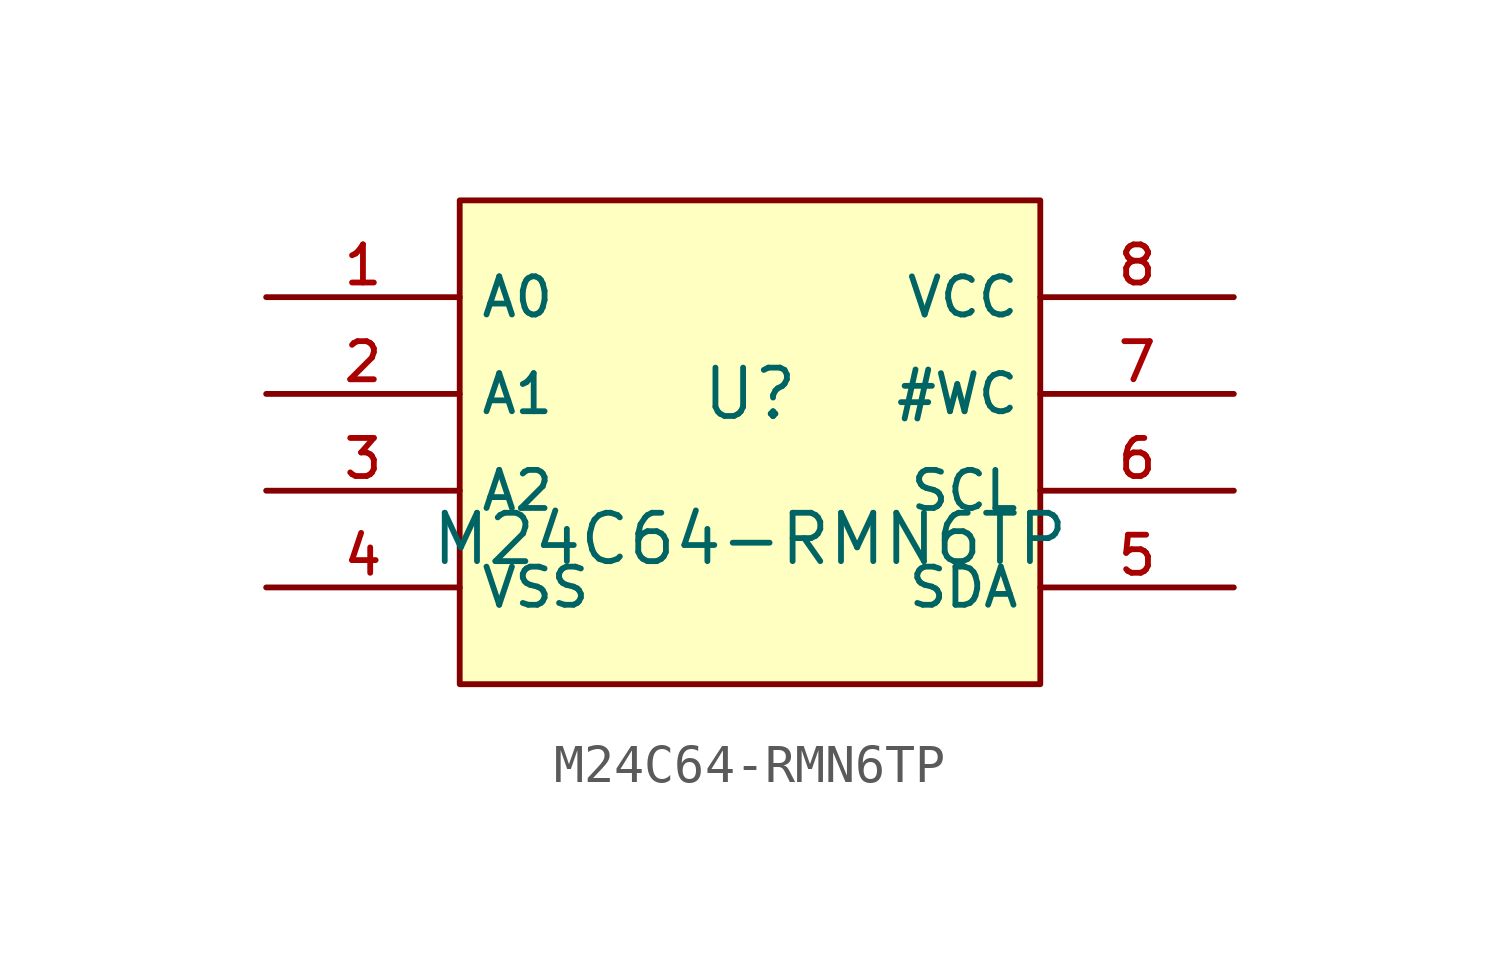
<source format=kicad_sym>
(kicad_symbol_lib
  (version 20210201)
  (generator TousstNicolas/JLC2KiCad_lib)
  (symbol "M24C64-RMN6TP"
    (property "Reference" "U"
      (at 0 1.27 0)
      (effects (font (size 1.27 1.27))))
    (property "Value" "M24C64-RMN6TP"
      (at 0 -2.54 0)
      (effects (font (size 1.27 1.27))))
    (symbol "M24C64-RMN6TP_0_1"
      (rectangle (start -7.62 6.35) (end 7.62 -6.35) (stroke (width 0) (type default) (color 0 0 0 0)) (fill (type background)))
      (pin unspecified line (at -12.7 3.81 0) (length 5.08) (name "A0" (effects (font (size 1 1)))) (number "1" (effects (font (size 1 1)))))
      (pin bidirectional line (at 12.7 -3.81 180) (length 5.08) (name "SDA" (effects (font (size 1 1)))) (number "5" (effects (font (size 1 1)))))
      (pin unspecified line (at -12.7 -1.27 0) (length 5.08) (name "A2" (effects (font (size 1 1)))) (number "3" (effects (font (size 1 1)))))
      (pin unspecified line (at -12.7 1.27 0) (length 5.08) (name "A1" (effects (font (size 1 1)))) (number "2" (effects (font (size 1 1)))))
      (pin unspecified line (at 12.7 1.27 180) (length 5.08) (name "#WC" (effects (font (size 1 1)))) (number "7" (effects (font (size 1 1)))))
      (pin power_in line (at -12.7 -3.81 0) (length 5.08) (name "VSS" (effects (font (size 1 1)))) (number "4" (effects (font (size 1 1)))))
      (pin unspecified line (at 12.7 -1.27 180) (length 5.08) (name "SCL" (effects (font (size 1 1)))) (number "6" (effects (font (size 1 1)))))
      (pin power_in line (at 12.7 3.81 180) (length 5.08) (name "VCC" (effects (font (size 1 1)))) (number "8" (effects (font (size 1 1))))))))
</source>
